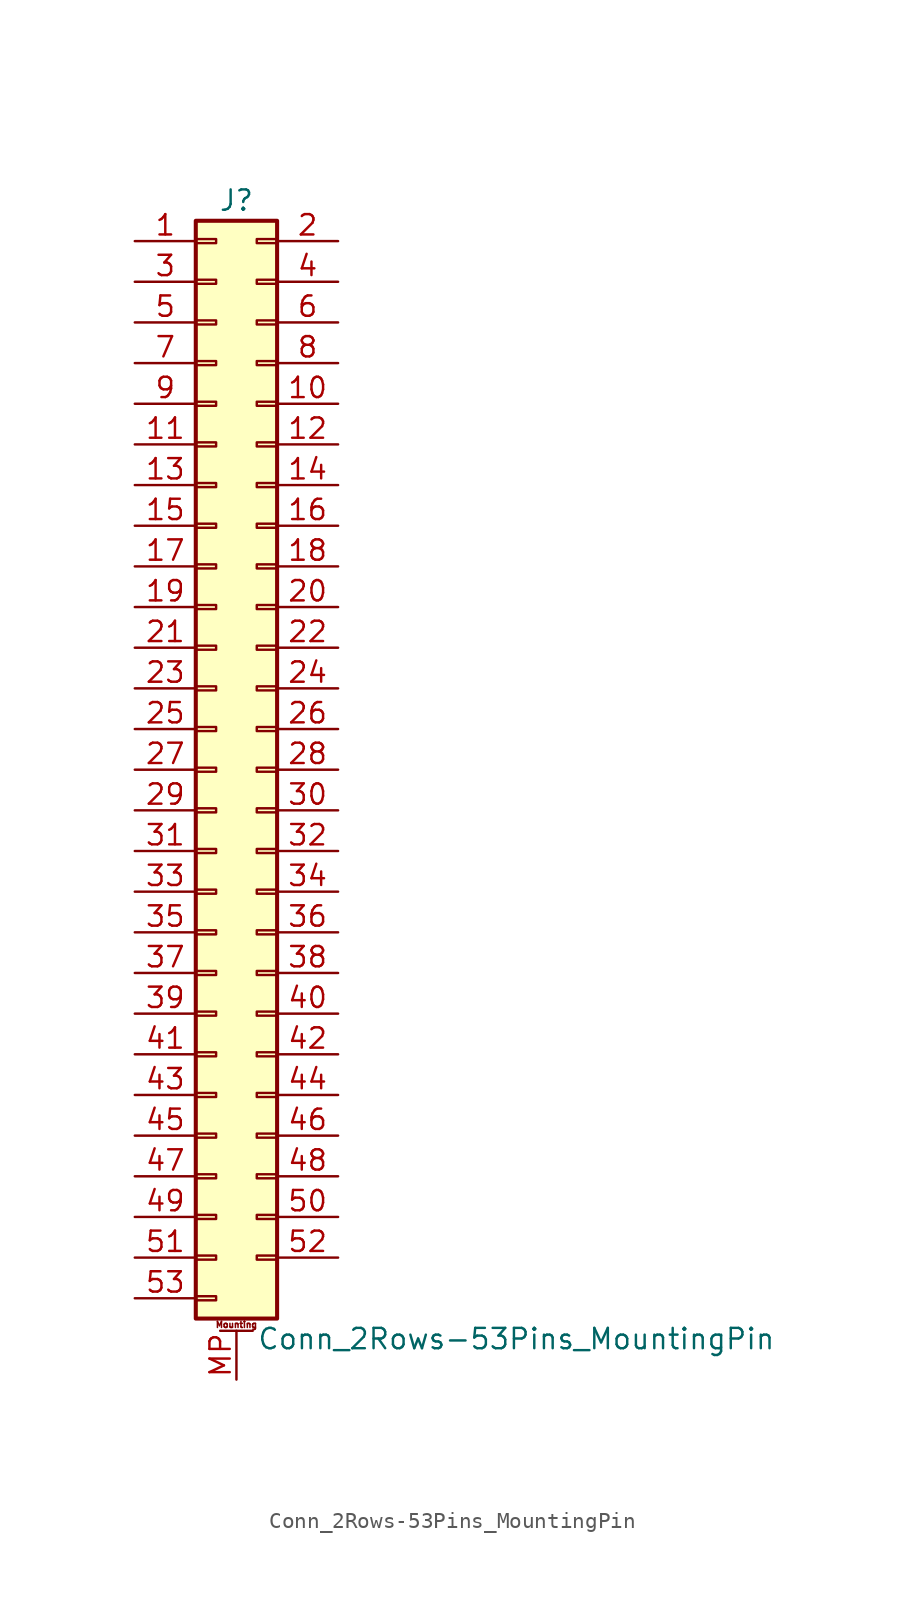
<source format=kicad_sym>
(kicad_symbol_lib
  (version 20201005)
  (generator kicad_symbol_editor)
  (symbol "Conn_2Rows-53Pins_MountingPin"
    (pin_names
      (offset 1.016) hide)
    (property "Reference" "J"
      (at 1.27 35.56 0)
      (effects (font (size 1.27 1.27))))
    (property "Value" "Conn_2Rows-53Pins_MountingPin"
      (at 2.54 -35.56 0)
      (effects (font (size 1.27 1.27)) (justify left)))
    (symbol "Conn_2Rows-53Pins_MountingPin_1_1"
      (text "Mounting" (at 1.27 -34.671 0) (effects (font (size 0.381 0.381))))
      (rectangle (start -1.27 -32.893) (end 0 -33.147) (stroke (width 0.152)) (fill (type none)))
      (rectangle (start -1.27 -30.353) (end 0 -30.607) (stroke (width 0.152)) (fill (type none)))
      (rectangle (start -1.27 -27.813) (end 0 -28.067) (stroke (width 0.152)) (fill (type none)))
      (rectangle (start -1.27 -25.273) (end 0 -25.527) (stroke (width 0.152)) (fill (type none)))
      (rectangle (start -1.27 -22.733) (end 0 -22.987) (stroke (width 0.152)) (fill (type none)))
      (rectangle (start -1.27 -20.193) (end 0 -20.447) (stroke (width 0.152)) (fill (type none)))
      (rectangle (start -1.27 -17.653) (end 0 -17.907) (stroke (width 0.152)) (fill (type none)))
      (rectangle (start -1.27 -15.113) (end 0 -15.367) (stroke (width 0.152)) (fill (type none)))
      (rectangle (start -1.27 -12.573) (end 0 -12.827) (stroke (width 0.152)) (fill (type none)))
      (rectangle (start -1.27 -10.033) (end 0 -10.287) (stroke (width 0.152)) (fill (type none)))
      (rectangle (start -1.27 -7.493) (end 0 -7.747) (stroke (width 0.152)) (fill (type none)))
      (rectangle (start -1.27 -4.953) (end 0 -5.207) (stroke (width 0.152)) (fill (type none)))
      (rectangle (start -1.27 -2.413) (end 0 -2.667) (stroke (width 0.152)) (fill (type none)))
      (rectangle (start -1.27 0.127) (end 0 -0.127) (stroke (width 0.152)) (fill (type none)))
      (rectangle (start -1.27 2.667) (end 0 2.413) (stroke (width 0.152)) (fill (type none)))
      (rectangle (start -1.27 5.207) (end 0 4.953) (stroke (width 0.152)) (fill (type none)))
      (rectangle (start -1.27 7.747) (end 0 7.493) (stroke (width 0.152)) (fill (type none)))
      (rectangle (start -1.27 10.287) (end 0 10.033) (stroke (width 0.152)) (fill (type none)))
      (rectangle (start -1.27 12.827) (end 0 12.573) (stroke (width 0.152)) (fill (type none)))
      (rectangle (start -1.27 15.367) (end 0 15.113) (stroke (width 0.152)) (fill (type none)))
      (rectangle (start -1.27 17.907) (end 0 17.653) (stroke (width 0.152)) (fill (type none)))
      (rectangle (start -1.27 20.447) (end 0 20.193) (stroke (width 0.152)) (fill (type none)))
      (rectangle (start -1.27 22.987) (end 0 22.733) (stroke (width 0.152)) (fill (type none)))
      (rectangle (start -1.27 25.527) (end 0 25.273) (stroke (width 0.152)) (fill (type none)))
      (rectangle (start -1.27 28.067) (end 0 27.813) (stroke (width 0.152)) (fill (type none)))
      (rectangle (start -1.27 30.607) (end 0 30.353) (stroke (width 0.152)) (fill (type none)))
      (rectangle (start -1.27 33.147) (end 0 32.893) (stroke (width 0.152)) (fill (type none)))
      (rectangle (start 3.81 -30.353) (end 2.54 -30.607) (stroke (width 0.152)) (fill (type none)))
      (rectangle (start 3.81 -27.813) (end 2.54 -28.067) (stroke (width 0.152)) (fill (type none)))
      (rectangle (start 3.81 -25.273) (end 2.54 -25.527) (stroke (width 0.152)) (fill (type none)))
      (rectangle (start 3.81 -22.733) (end 2.54 -22.987) (stroke (width 0.152)) (fill (type none)))
      (rectangle (start 3.81 -20.193) (end 2.54 -20.447) (stroke (width 0.152)) (fill (type none)))
      (rectangle (start 3.81 -17.653) (end 2.54 -17.907) (stroke (width 0.152)) (fill (type none)))
      (rectangle (start 3.81 -15.113) (end 2.54 -15.367) (stroke (width 0.152)) (fill (type none)))
      (rectangle (start 3.81 -12.573) (end 2.54 -12.827) (stroke (width 0.152)) (fill (type none)))
      (rectangle (start 3.81 -10.033) (end 2.54 -10.287) (stroke (width 0.152)) (fill (type none)))
      (rectangle (start 3.81 -7.493) (end 2.54 -7.747) (stroke (width 0.152)) (fill (type none)))
      (rectangle (start 3.81 -4.953) (end 2.54 -5.207) (stroke (width 0.152)) (fill (type none)))
      (rectangle (start 3.81 -2.413) (end 2.54 -2.667) (stroke (width 0.152)) (fill (type none)))
      (rectangle (start 3.81 0.127) (end 2.54 -0.127) (stroke (width 0.152)) (fill (type none)))
      (rectangle (start 3.81 2.667) (end 2.54 2.413) (stroke (width 0.152)) (fill (type none)))
      (rectangle (start 3.81 5.207) (end 2.54 4.953) (stroke (width 0.152)) (fill (type none)))
      (rectangle (start 3.81 7.747) (end 2.54 7.493) (stroke (width 0.152)) (fill (type none)))
      (rectangle (start 3.81 10.287) (end 2.54 10.033) (stroke (width 0.152)) (fill (type none)))
      (rectangle (start 3.81 12.827) (end 2.54 12.573) (stroke (width 0.152)) (fill (type none)))
      (rectangle (start 3.81 15.367) (end 2.54 15.113) (stroke (width 0.152)) (fill (type none)))
      (rectangle (start 3.81 17.907) (end 2.54 17.653) (stroke (width 0.152)) (fill (type none)))
      (rectangle (start 3.81 20.447) (end 2.54 20.193) (stroke (width 0.152)) (fill (type none)))
      (rectangle (start 3.81 22.987) (end 2.54 22.733) (stroke (width 0.152)) (fill (type none)))
      (rectangle (start 3.81 25.527) (end 2.54 25.273) (stroke (width 0.152)) (fill (type none)))
      (rectangle (start 3.81 28.067) (end 2.54 27.813) (stroke (width 0.152)) (fill (type none)))
      (rectangle (start 3.81 30.607) (end 2.54 30.353) (stroke (width 0.152)) (fill (type none)))
      (rectangle (start 3.81 33.147) (end 2.54 32.893) (stroke (width 0.152)) (fill (type none)))
      (rectangle (start -1.27 34.29) (end 3.81 -34.29) (stroke (width 0.254)) (fill (type background)))
      (polyline (pts (xy 0.254 -35.052) (xy 2.286 -35.052)) (stroke (width 0.152)) (fill (type none)))
      (pin passive line (at -5.08 33.02 0) (length 3.81) (name "Pin_1" (effects (font (size 1.27 1.27)))) (number "1" (effects (font (size 1.27 1.27)))))
      (pin passive line (at 7.62 22.86 180) (length 3.81) (name "Pin_10" (effects (font (size 1.27 1.27)))) (number "10" (effects (font (size 1.27 1.27)))))
      (pin passive line (at -5.08 20.32 0) (length 3.81) (name "Pin_11" (effects (font (size 1.27 1.27)))) (number "11" (effects (font (size 1.27 1.27)))))
      (pin passive line (at 7.62 20.32 180) (length 3.81) (name "Pin_12" (effects (font (size 1.27 1.27)))) (number "12" (effects (font (size 1.27 1.27)))))
      (pin passive line (at -5.08 17.78 0) (length 3.81) (name "Pin_13" (effects (font (size 1.27 1.27)))) (number "13" (effects (font (size 1.27 1.27)))))
      (pin passive line (at 7.62 17.78 180) (length 3.81) (name "Pin_14" (effects (font (size 1.27 1.27)))) (number "14" (effects (font (size 1.27 1.27)))))
      (pin passive line (at -5.08 15.24 0) (length 3.81) (name "Pin_15" (effects (font (size 1.27 1.27)))) (number "15" (effects (font (size 1.27 1.27)))))
      (pin passive line (at 7.62 15.24 180) (length 3.81) (name "Pin_16" (effects (font (size 1.27 1.27)))) (number "16" (effects (font (size 1.27 1.27)))))
      (pin passive line (at -5.08 12.7 0) (length 3.81) (name "Pin_17" (effects (font (size 1.27 1.27)))) (number "17" (effects (font (size 1.27 1.27)))))
      (pin passive line (at 7.62 12.7 180) (length 3.81) (name "Pin_18" (effects (font (size 1.27 1.27)))) (number "18" (effects (font (size 1.27 1.27)))))
      (pin passive line (at -5.08 10.16 0) (length 3.81) (name "Pin_19" (effects (font (size 1.27 1.27)))) (number "19" (effects (font (size 1.27 1.27)))))
      (pin passive line (at 7.62 33.02 180) (length 3.81) (name "Pin_2" (effects (font (size 1.27 1.27)))) (number "2" (effects (font (size 1.27 1.27)))))
      (pin passive line (at 7.62 10.16 180) (length 3.81) (name "Pin_20" (effects (font (size 1.27 1.27)))) (number "20" (effects (font (size 1.27 1.27)))))
      (pin passive line (at -5.08 7.62 0) (length 3.81) (name "Pin_21" (effects (font (size 1.27 1.27)))) (number "21" (effects (font (size 1.27 1.27)))))
      (pin passive line (at 7.62 7.62 180) (length 3.81) (name "Pin_22" (effects (font (size 1.27 1.27)))) (number "22" (effects (font (size 1.27 1.27)))))
      (pin passive line (at -5.08 5.08 0) (length 3.81) (name "Pin_23" (effects (font (size 1.27 1.27)))) (number "23" (effects (font (size 1.27 1.27)))))
      (pin passive line (at 7.62 5.08 180) (length 3.81) (name "Pin_24" (effects (font (size 1.27 1.27)))) (number "24" (effects (font (size 1.27 1.27)))))
      (pin passive line (at -5.08 2.54 0) (length 3.81) (name "Pin_25" (effects (font (size 1.27 1.27)))) (number "25" (effects (font (size 1.27 1.27)))))
      (pin passive line (at 7.62 2.54 180) (length 3.81) (name "Pin_26" (effects (font (size 1.27 1.27)))) (number "26" (effects (font (size 1.27 1.27)))))
      (pin passive line (at -5.08 0 0) (length 3.81) (name "Pin_27" (effects (font (size 1.27 1.27)))) (number "27" (effects (font (size 1.27 1.27)))))
      (pin passive line (at 7.62 0 180) (length 3.81) (name "Pin_28" (effects (font (size 1.27 1.27)))) (number "28" (effects (font (size 1.27 1.27)))))
      (pin passive line (at -5.08 -2.54 0) (length 3.81) (name "Pin_29" (effects (font (size 1.27 1.27)))) (number "29" (effects (font (size 1.27 1.27)))))
      (pin passive line (at -5.08 30.48 0) (length 3.81) (name "Pin_3" (effects (font (size 1.27 1.27)))) (number "3" (effects (font (size 1.27 1.27)))))
      (pin passive line (at 7.62 -2.54 180) (length 3.81) (name "Pin_30" (effects (font (size 1.27 1.27)))) (number "30" (effects (font (size 1.27 1.27)))))
      (pin passive line (at -5.08 -5.08 0) (length 3.81) (name "Pin_31" (effects (font (size 1.27 1.27)))) (number "31" (effects (font (size 1.27 1.27)))))
      (pin passive line (at 7.62 -5.08 180) (length 3.81) (name "Pin_32" (effects (font (size 1.27 1.27)))) (number "32" (effects (font (size 1.27 1.27)))))
      (pin passive line (at -5.08 -7.62 0) (length 3.81) (name "Pin_33" (effects (font (size 1.27 1.27)))) (number "33" (effects (font (size 1.27 1.27)))))
      (pin passive line (at 7.62 -7.62 180) (length 3.81) (name "Pin_34" (effects (font (size 1.27 1.27)))) (number "34" (effects (font (size 1.27 1.27)))))
      (pin passive line (at -5.08 -10.16 0) (length 3.81) (name "Pin_35" (effects (font (size 1.27 1.27)))) (number "35" (effects (font (size 1.27 1.27)))))
      (pin passive line (at 7.62 -10.16 180) (length 3.81) (name "Pin_36" (effects (font (size 1.27 1.27)))) (number "36" (effects (font (size 1.27 1.27)))))
      (pin passive line (at -5.08 -12.7 0) (length 3.81) (name "Pin_37" (effects (font (size 1.27 1.27)))) (number "37" (effects (font (size 1.27 1.27)))))
      (pin passive line (at 7.62 -12.7 180) (length 3.81) (name "Pin_38" (effects (font (size 1.27 1.27)))) (number "38" (effects (font (size 1.27 1.27)))))
      (pin passive line (at -5.08 -15.24 0) (length 3.81) (name "Pin_39" (effects (font (size 1.27 1.27)))) (number "39" (effects (font (size 1.27 1.27)))))
      (pin passive line (at 7.62 30.48 180) (length 3.81) (name "Pin_4" (effects (font (size 1.27 1.27)))) (number "4" (effects (font (size 1.27 1.27)))))
      (pin passive line (at 7.62 -15.24 180) (length 3.81) (name "Pin_40" (effects (font (size 1.27 1.27)))) (number "40" (effects (font (size 1.27 1.27)))))
      (pin passive line (at -5.08 -17.78 0) (length 3.81) (name "Pin_41" (effects (font (size 1.27 1.27)))) (number "41" (effects (font (size 1.27 1.27)))))
      (pin passive line (at 7.62 -17.78 180) (length 3.81) (name "Pin_42" (effects (font (size 1.27 1.27)))) (number "42" (effects (font (size 1.27 1.27)))))
      (pin passive line (at -5.08 -20.32 0) (length 3.81) (name "Pin_43" (effects (font (size 1.27 1.27)))) (number "43" (effects (font (size 1.27 1.27)))))
      (pin passive line (at 7.62 -20.32 180) (length 3.81) (name "Pin_44" (effects (font (size 1.27 1.27)))) (number "44" (effects (font (size 1.27 1.27)))))
      (pin passive line (at -5.08 -22.86 0) (length 3.81) (name "Pin_45" (effects (font (size 1.27 1.27)))) (number "45" (effects (font (size 1.27 1.27)))))
      (pin passive line (at 7.62 -22.86 180) (length 3.81) (name "Pin_46" (effects (font (size 1.27 1.27)))) (number "46" (effects (font (size 1.27 1.27)))))
      (pin passive line (at -5.08 -25.4 0) (length 3.81) (name "Pin_47" (effects (font (size 1.27 1.27)))) (number "47" (effects (font (size 1.27 1.27)))))
      (pin passive line (at 7.62 -25.4 180) (length 3.81) (name "Pin_48" (effects (font (size 1.27 1.27)))) (number "48" (effects (font (size 1.27 1.27)))))
      (pin passive line (at -5.08 -27.94 0) (length 3.81) (name "Pin_49" (effects (font (size 1.27 1.27)))) (number "49" (effects (font (size 1.27 1.27)))))
      (pin passive line (at -5.08 27.94 0) (length 3.81) (name "Pin_5" (effects (font (size 1.27 1.27)))) (number "5" (effects (font (size 1.27 1.27)))))
      (pin passive line (at 7.62 -27.94 180) (length 3.81) (name "Pin_50" (effects (font (size 1.27 1.27)))) (number "50" (effects (font (size 1.27 1.27)))))
      (pin passive line (at -5.08 -30.48 0) (length 3.81) (name "Pin_51" (effects (font (size 1.27 1.27)))) (number "51" (effects (font (size 1.27 1.27)))))
      (pin passive line (at 7.62 -30.48 180) (length 3.81) (name "Pin_52" (effects (font (size 1.27 1.27)))) (number "52" (effects (font (size 1.27 1.27)))))
      (pin passive line (at -5.08 -33.02 0) (length 3.81) (name "Pin_53" (effects (font (size 1.27 1.27)))) (number "53" (effects (font (size 1.27 1.27)))))
      (pin passive line (at 7.62 27.94 180) (length 3.81) (name "Pin_6" (effects (font (size 1.27 1.27)))) (number "6" (effects (font (size 1.27 1.27)))))
      (pin passive line (at -5.08 25.4 0) (length 3.81) (name "Pin_7" (effects (font (size 1.27 1.27)))) (number "7" (effects (font (size 1.27 1.27)))))
      (pin passive line (at 7.62 25.4 180) (length 3.81) (name "Pin_8" (effects (font (size 1.27 1.27)))) (number "8" (effects (font (size 1.27 1.27)))))
      (pin passive line (at -5.08 22.86 0) (length 3.81) (name "Pin_9" (effects (font (size 1.27 1.27)))) (number "9" (effects (font (size 1.27 1.27)))))
      (pin passive line (at 1.27 -38.1 90) (length 3.048) (name "MountPin" (effects (font (size 1.27 1.27)))) (number "MP" (effects (font (size 1.27 1.27))))))))
</source>
